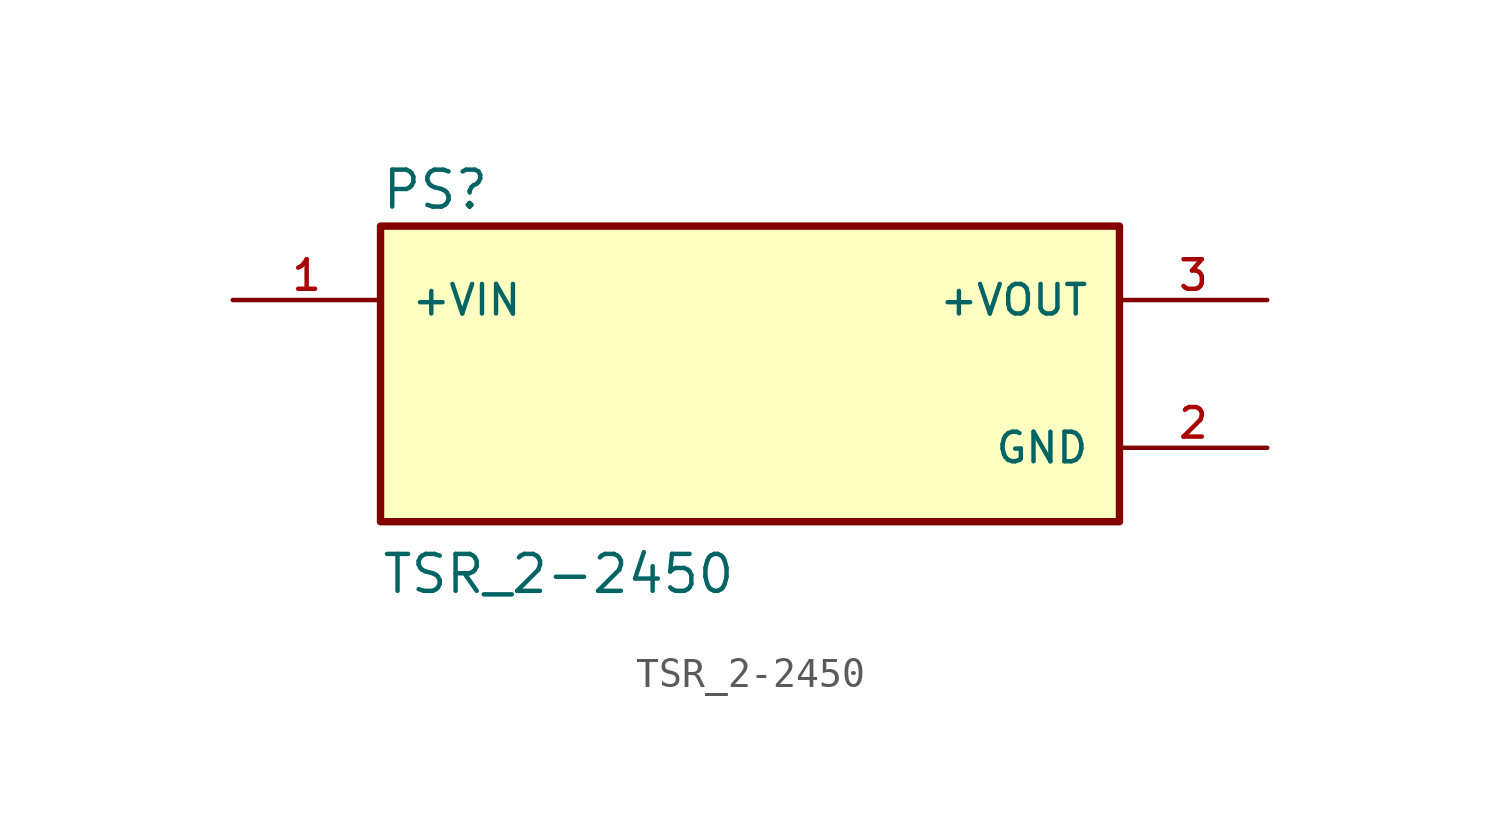
<source format=kicad_sym>
(kicad_symbol_lib
  (version 20211014)
  (generator kicad_symbol_editor)
  (symbol "TSR_2-2450"
    (pin_names
      (offset 1.016))
    (property "Reference" "PS"
      (at -12.7 5.588 0)
      (effects (font (size 1.27 1.27)) (justify bottom left)))
    (property "Value" "TSR_2-2450"
      (at -12.7 -7.62 0)
      (effects (font (size 1.27 1.27)) (justify bottom left)))
    (symbol "TSR_2-2450_0_0"
      (rectangle (start -12.7 -5.08) (end 12.7 5.08) (stroke (width 0.254)) (fill (type background)))
      (pin power_in line (at 17.78 -2.54 180.0) (length 5.08) (name "GND" (effects (font (size 1.016 1.016)))) (number "2" (effects (font (size 1.016 1.016)))))
      (pin input line (at -17.78 2.54 0) (length 5.08) (name "+VIN" (effects (font (size 1.016 1.016)))) (number "1" (effects (font (size 1.016 1.016)))))
      (pin output line (at 17.78 2.54 180.0) (length 5.08) (name "+VOUT" (effects (font (size 1.016 1.016)))) (number "3" (effects (font (size 1.016 1.016))))))))
</source>
